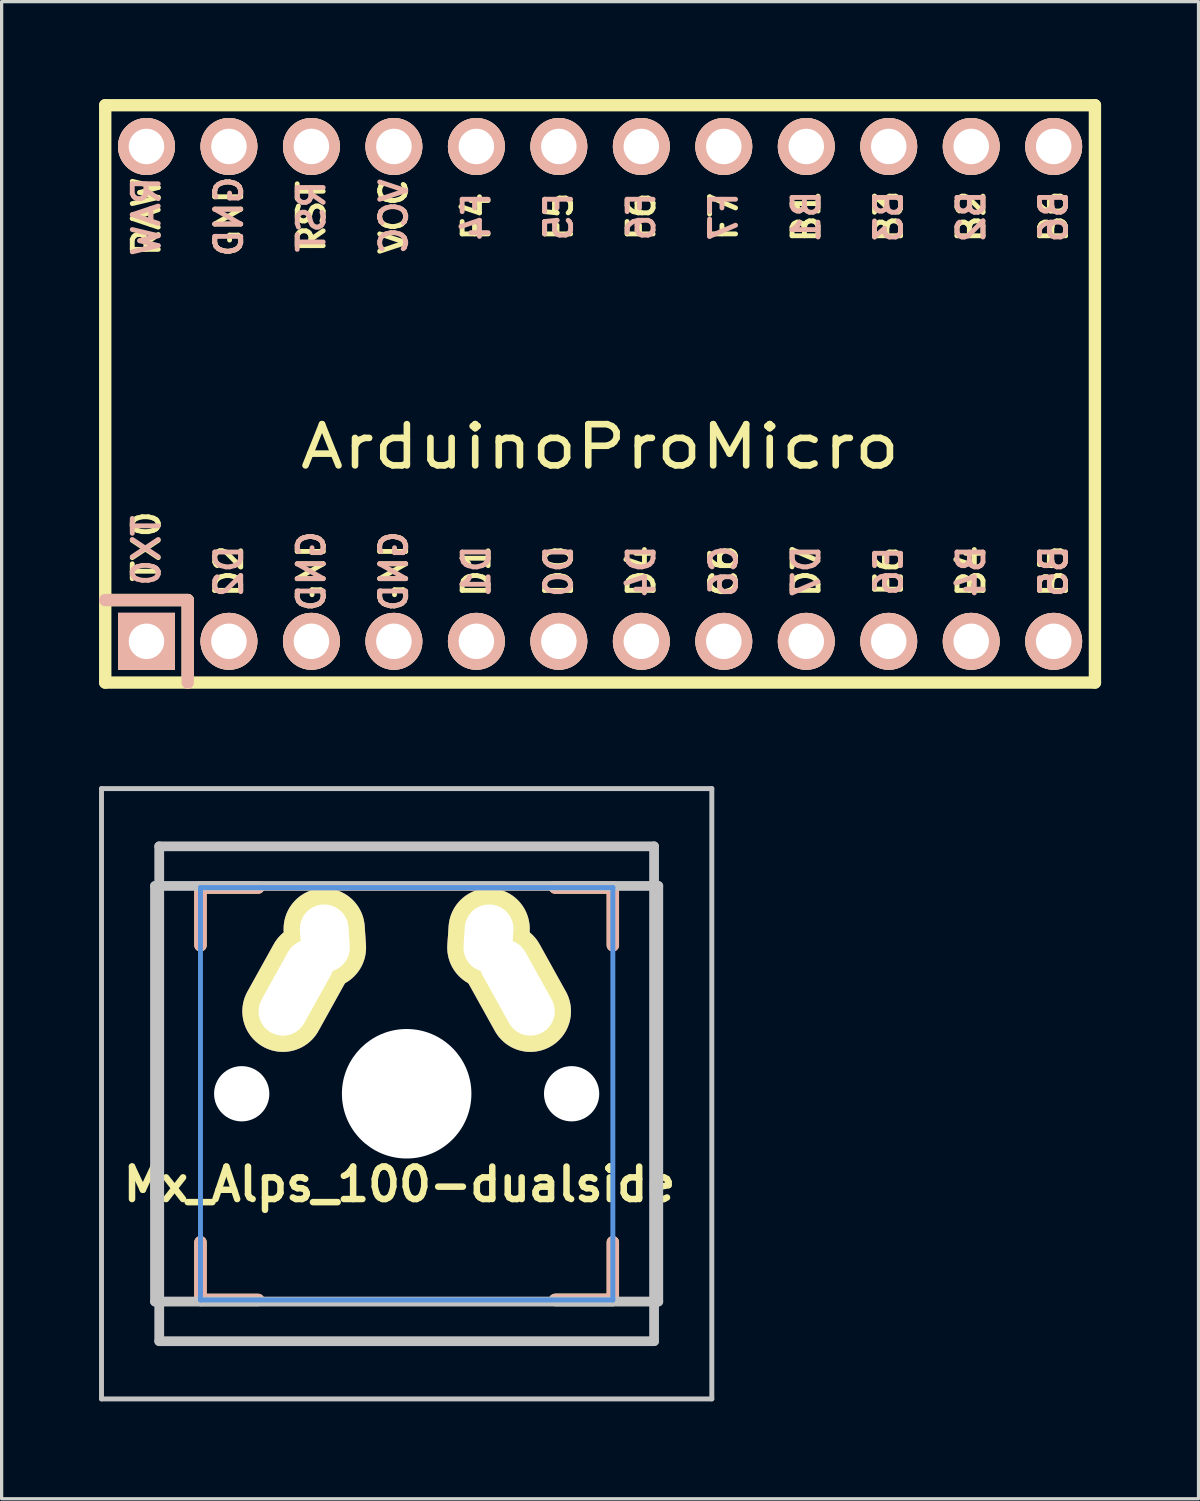
<source format=kicad_pcb>
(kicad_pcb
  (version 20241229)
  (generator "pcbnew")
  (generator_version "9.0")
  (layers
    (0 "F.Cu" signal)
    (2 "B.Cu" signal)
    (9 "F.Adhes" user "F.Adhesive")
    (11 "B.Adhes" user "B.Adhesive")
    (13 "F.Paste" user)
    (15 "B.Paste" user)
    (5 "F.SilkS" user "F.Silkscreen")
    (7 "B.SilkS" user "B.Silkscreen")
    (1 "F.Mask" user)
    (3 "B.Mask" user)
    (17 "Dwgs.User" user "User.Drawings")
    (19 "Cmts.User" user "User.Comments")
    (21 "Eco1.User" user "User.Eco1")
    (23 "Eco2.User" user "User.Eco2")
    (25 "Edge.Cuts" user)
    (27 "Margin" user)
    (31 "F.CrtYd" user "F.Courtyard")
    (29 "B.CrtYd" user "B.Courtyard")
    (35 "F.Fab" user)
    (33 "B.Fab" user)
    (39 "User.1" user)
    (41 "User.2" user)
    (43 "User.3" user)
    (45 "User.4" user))
  (footprint "ArduinoProMicro"
    (layer "F.Cu")
    (at 15.431 9.081)
    (property "Reference" "ArduinoProMicro" (at 0 1.625 0) (layer "F.SilkS") (effects (font (size 1.27 1.524) (thickness 0.203))))
    (attr through_hole)
    (fp_line (start -15.24 -8.89) (end -15.24 8.89) (stroke (width 0.381) (type solid)) (layer "F.SilkS"))
    (fp_line (start -15.24 6.35) (end -12.7 6.35) (stroke (width 0.381) (type solid)) (layer "F.SilkS"))
    (fp_line (start -15.24 8.89) (end 15.24 8.89) (stroke (width 0.381) (type solid)) (layer "F.SilkS"))
    (fp_line (start -12.7 6.35) (end -12.7 8.89) (stroke (width 0.381) (type solid)) (layer "F.SilkS"))
    (fp_line (start 15.24 -8.89) (end -15.24 -8.89) (stroke (width 0.381) (type solid)) (layer "F.SilkS"))
    (fp_line (start 15.24 8.89) (end 15.24 -8.89) (stroke (width 0.381) (type solid)) (layer "F.SilkS"))
    (fp_line (start -15.24 6.35) (end -12.7 6.35) (stroke (width 0.381) (type solid)) (layer "B.SilkS"))
    (fp_line (start -12.7 6.35) (end -12.7 8.89) (stroke (width 0.381) (type solid)) (layer "B.SilkS"))
    (fp_text user "GND" (at -11.43 -5.461 90) (layer "F.SilkS") (effects (font (size 0.8 0.8) (thickness 0.15))))
    (fp_text user "B4" (at 11.43 5.461 90) (layer "F.SilkS") (effects (font (size 0.8 0.8) (thickness 0.15))))
    (fp_text user "D2" (at -11.43 5.461 90) (layer "F.SilkS") (effects (font (size 0.8 0.8) (thickness 0.15))))
    (fp_text user "F7" (at 3.81 -5.461 90) (layer "F.SilkS") (effects (font (size 0.8 0.8) (thickness 0.15))))
    (fp_text user "D7" (at 6.35 5.461 90) (layer "F.SilkS") (effects (font (size 0.8 0.8) (thickness 0.15))))
    (fp_text user "VCC" (at -6.35 -5.461 90) (layer "F.SilkS") (effects (font (size 0.8 0.8) (thickness 0.15))))
    (fp_text user "TX0" (at -13.97 4.699 90) (layer "F.SilkS") (effects (font (size 0.8 0.8) (thickness 0.15))))
    (fp_text user "F6" (at 1.27 -5.461 90) (layer "F.SilkS") (effects (font (size 0.8 0.8) (thickness 0.15))))
    (fp_text user "B2" (at 11.43 -5.461 90) (layer "F.SilkS") (effects (font (size 0.8 0.8) (thickness 0.15))))
    (fp_text user "D1" (at -3.81 5.461 90) (layer "F.SilkS") (effects (font (size 0.8 0.8) (thickness 0.15))))
    (fp_text user "D4" (at 1.27 5.461 90) (layer "F.SilkS") (effects (font (size 0.8 0.8) (thickness 0.15))))
    (fp_text user "RAW" (at -13.97 -5.461 90) (layer "F.SilkS") (effects (font (size 0.8 0.8) (thickness 0.15))))
    (fp_text user "C6" (at 3.81 5.461 90) (layer "F.SilkS") (effects (font (size 0.8 0.8) (thickness 0.15))))
    (fp_text user "F4" (at -3.81 -5.461 90) (layer "F.SilkS") (effects (font (size 0.8 0.8) (thickness 0.15))))
    (fp_text user "B1" (at 6.35 -5.461 90) (layer "F.SilkS") (effects (font (size 0.8 0.8) (thickness 0.15))))
    (fp_text user "GND" (at -8.89 5.461 90) (layer "F.SilkS") (effects (font (size 0.8 0.8) (thickness 0.15))))
    (fp_text user "RST" (at -8.89 -5.461 90) (layer "F.SilkS") (effects (font (size 0.8 0.8) (thickness 0.15))))
    (fp_text user "F5" (at -1.27 -5.461 90) (layer "F.SilkS") (effects (font (size 0.8 0.8) (thickness 0.15))))
    (fp_text user "B5" (at 13.97 5.461 90) (layer "F.SilkS") (effects (font (size 0.8 0.8) (thickness 0.15))))
    (fp_text user "D0" (at -1.27 5.461 90) (layer "F.SilkS") (effects (font (size 0.8 0.8) (thickness 0.15))))
    (fp_text user "B3" (at 8.89 -5.461 90) (layer "F.SilkS") (effects (font (size 0.8 0.8) (thickness 0.15))))
    (fp_text user "B6" (at 13.97 -5.461 90) (layer "F.SilkS") (effects (font (size 0.8 0.8) (thickness 0.15))))
    (fp_text user "GND" (at -6.35 5.461 90) (layer "F.SilkS") (effects (font (size 0.8 0.8) (thickness 0.15))))
    (fp_text user "E6" (at 8.89 5.461 90) (layer "F.SilkS") (effects (font (size 0.8 0.8) (thickness 0.15))))
    (fp_text user "GND" (at -8.89 5.461 90) (layer "B.SilkS") (effects (font (size 0.8 0.8) (thickness 0.15)) (justify mirror)))
    (fp_text user "E6" (at 8.89 5.461 90) (layer "B.SilkS") (effects (font (size 0.8 0.8) (thickness 0.15)) (justify mirror)))
    (fp_text user "RST" (at -8.89 -5.461 90) (layer "B.SilkS") (effects (font (size 0.8 0.8) (thickness 0.15)) (justify mirror)))
    (fp_text user "F4" (at -3.81 -5.461 90) (layer "B.SilkS") (effects (font (size 0.8 0.8) (thickness 0.15)) (justify mirror)))
    (fp_text user "B5" (at 13.97 5.461 90) (layer "B.SilkS") (effects (font (size 0.8 0.8) (thickness 0.15)) (justify mirror)))
    (fp_text user "D1" (at -3.81 5.461 90) (layer "B.SilkS") (effects (font (size 0.8 0.8) (thickness 0.15)) (justify mirror)))
    (fp_text user "RAW" (at -13.97 -5.461 90) (layer "B.SilkS") (effects (font (size 0.8 0.8) (thickness 0.15)) (justify mirror)))
    (fp_text user "D2" (at -11.43 5.461 90) (layer "B.SilkS") (effects (font (size 0.8 0.8) (thickness 0.15)) (justify mirror)))
    (fp_text user "B3" (at 8.89 -5.461 90) (layer "B.SilkS") (effects (font (size 0.8 0.8) (thickness 0.15)) (justify mirror)))
    (fp_text user "GND" (at -6.35 5.461 90) (layer "B.SilkS") (effects (font (size 0.8 0.8) (thickness 0.15)) (justify mirror)))
    (fp_text user "B2" (at 11.43 -5.461 90) (layer "B.SilkS") (effects (font (size 0.8 0.8) (thickness 0.15)) (justify mirror)))
    (fp_text user "F7" (at 3.81 -5.461 90) (layer "B.SilkS") (effects (font (size 0.8 0.8) (thickness 0.15)) (justify mirror)))
    (fp_text user "GND" (at -11.43 -5.461 90) (layer "B.SilkS") (effects (font (size 0.8 0.8) (thickness 0.15)) (justify mirror)))
    (fp_text user "VCC" (at -6.35 -5.461 90) (layer "B.SilkS") (effects (font (size 0.8 0.8) (thickness 0.15)) (justify mirror)))
    (fp_text user "TX0" (at -13.97 4.826 90) (layer "B.SilkS") (effects (font (size 0.8 0.8) (thickness 0.15)) (justify mirror)))
    (fp_text user "D7" (at 6.35 5.461 90) (layer "B.SilkS") (effects (font (size 0.8 0.8) (thickness 0.15)) (justify mirror)))
    (fp_text user "D4" (at 1.27 5.461 90) (layer "B.SilkS") (effects (font (size 0.8 0.8) (thickness 0.15)) (justify mirror)))
    (fp_text user "C6" (at 3.81 5.461 90) (layer "B.SilkS") (effects (font (size 0.8 0.8) (thickness 0.15)) (justify mirror)))
    (fp_text user "B6" (at 13.97 -5.461 90) (layer "B.SilkS") (effects (font (size 0.8 0.8) (thickness 0.15)) (justify mirror)))
    (fp_text user "B1" (at 6.35 -5.461 90) (layer "B.SilkS") (effects (font (size 0.8 0.8) (thickness 0.15)) (justify mirror)))
    (fp_text user "F6" (at 1.27 -5.461 90) (layer "B.SilkS") (effects (font (size 0.8 0.8) (thickness 0.15)) (justify mirror)))
    (fp_text user "F5" (at -1.27 -5.461 90) (layer "B.SilkS") (effects (font (size 0.8 0.8) (thickness 0.15)) (justify mirror)))
    (fp_text user "B4" (at 11.43 5.461 90) (layer "B.SilkS") (effects (font (size 0.8 0.8) (thickness 0.15)) (justify mirror)))
    (fp_text user "D0" (at -1.27 5.461 90) (layer "B.SilkS") (effects (font (size 0.8 0.8) (thickness 0.15)) (justify mirror)))
    (pad "1" thru_hole rect (at -13.97 7.62) (size 1.753 1.753) (drill 1.092) (layers "*.Cu" "*.SilkS" "*.Mask"))
    (pad "2" thru_hole circle (at -11.43 7.62) (size 1.753 1.753) (drill 1.092) (layers "*.Cu" "*.SilkS" "*.Mask"))
    (pad "3" thru_hole circle (at -8.89 7.62) (size 1.753 1.753) (drill 1.092) (layers "*.Cu" "*.SilkS" "*.Mask"))
    (pad "4" thru_hole circle (at -6.35 7.62) (size 1.753 1.753) (drill 1.092) (layers "*.Cu" "*.SilkS" "*.Mask"))
    (pad "5" thru_hole circle (at -3.81 7.62) (size 1.753 1.753) (drill 1.092) (layers "*.Cu" "*.SilkS" "*.Mask"))
    (pad "6" thru_hole circle (at -1.27 7.62) (size 1.753 1.753) (drill 1.092) (layers "*.Cu" "*.SilkS" "*.Mask"))
    (pad "7" thru_hole circle (at 1.27 7.62) (size 1.753 1.753) (drill 1.092) (layers "*.Cu" "*.SilkS" "*.Mask"))
    (pad "8" thru_hole circle (at 3.81 7.62) (size 1.753 1.753) (drill 1.092) (layers "*.Cu" "*.SilkS" "*.Mask"))
    (pad "9" thru_hole circle (at 6.35 7.62) (size 1.753 1.753) (drill 1.092) (layers "*.Cu" "*.SilkS" "*.Mask"))
    (pad "10" thru_hole circle (at 8.89 7.62) (size 1.753 1.753) (drill 1.092) (layers "*.Cu" "*.SilkS" "*.Mask"))
    (pad "11" thru_hole circle (at 11.43 7.62) (size 1.753 1.753) (drill 1.092) (layers "*.Cu" "*.SilkS" "*.Mask"))
    (pad "12" thru_hole circle (at 13.97 7.62) (size 1.753 1.753) (drill 1.092) (layers "*.Cu" "*.SilkS" "*.Mask"))
    (pad "13" thru_hole circle (at 13.97 -7.62) (size 1.753 1.753) (drill 1.092) (layers "*.Cu" "*.SilkS" "*.Mask"))
    (pad "14" thru_hole circle (at 11.43 -7.62) (size 1.753 1.753) (drill 1.092) (layers "*.Cu" "*.SilkS" "*.Mask"))
    (pad "15" thru_hole circle (at 8.89 -7.62) (size 1.753 1.753) (drill 1.092) (layers "*.Cu" "*.SilkS" "*.Mask"))
    (pad "16" thru_hole circle (at 6.35 -7.62) (size 1.753 1.753) (drill 1.092) (layers "*.Cu" "*.SilkS" "*.Mask"))
    (pad "17" thru_hole circle (at 3.81 -7.62) (size 1.753 1.753) (drill 1.092) (layers "*.Cu" "*.SilkS" "*.Mask"))
    (pad "18" thru_hole circle (at 1.27 -7.62) (size 1.753 1.753) (drill 1.092) (layers "*.Cu" "*.SilkS" "*.Mask"))
    (pad "19" thru_hole circle (at -1.27 -7.62) (size 1.753 1.753) (drill 1.092) (layers "*.Cu" "*.SilkS" "*.Mask"))
    (pad "20" thru_hole circle (at -3.81 -7.62) (size 1.753 1.753) (drill 1.092) (layers "*.Cu" "*.SilkS" "*.Mask"))
    (pad "21" thru_hole circle (at -6.35 -7.62) (size 1.753 1.753) (drill 1.092) (layers "*.Cu" "*.SilkS" "*.Mask"))
    (pad "22" thru_hole circle (at -8.89 -7.62) (size 1.753 1.753) (drill 1.092) (layers "*.Cu" "*.SilkS" "*.Mask"))
    (pad "23" thru_hole circle (at -11.43 -7.62) (size 1.753 1.753) (drill 1.092) (layers "*.Cu" "*.SilkS" "*.Mask"))
    (pad "24" thru_hole circle (at -13.97 -7.62) (size 1.753 1.753) (drill 1.092) (layers "*.Cu" "*.SilkS" "*.Mask")))
  (footprint "Mx_Alps_100-dualside"
    (layer "F.Cu")
    (at 9.474 30.635)
    (property "Reference" "Mx_Alps_100-dualside" (at -0.22 2.79 0) (layer "F.SilkS") (effects (font (size 1 1) (thickness 0.2))))
    (attr through_hole)
    (fp_line (start -6.35 -6.35) (end -4.572 -6.35) (stroke (width 0.381) (type solid)) (layer "F.SilkS"))
    (fp_line (start -6.35 -4.572) (end -6.35 -6.35) (stroke (width 0.381) (type solid)) (layer "F.SilkS"))
    (fp_line (start -6.35 6.35) (end -6.35 4.572) (stroke (width 0.381) (type solid)) (layer "F.SilkS"))
    (fp_line (start -4.572 6.35) (end -6.35 6.35) (stroke (width 0.381) (type solid)) (layer "F.SilkS"))
    (fp_line (start 4.572 -6.35) (end 6.35 -6.35) (stroke (width 0.381) (type solid)) (layer "F.SilkS"))
    (fp_line (start 4.572 6.35) (end 6.35 6.35) (stroke (width 0.381) (type solid)) (layer "F.SilkS"))
    (fp_line (start 6.35 -6.35) (end 6.35 -4.572) (stroke (width 0.381) (type solid)) (layer "F.SilkS"))
    (fp_line (start 6.35 4.572) (end 6.35 6.35) (stroke (width 0.381) (type solid)) (layer "F.SilkS"))
    (fp_line (start 6.35 6.35) (end 4.572 6.35) (stroke (width 0.381) (type solid)) (layer "F.SilkS"))
    (fp_line (start -6.35 -6.35) (end -4.572 -6.35) (stroke (width 0.381) (type solid)) (layer "B.SilkS"))
    (fp_line (start -6.35 -4.572) (end -6.35 -6.35) (stroke (width 0.381) (type solid)) (layer "B.SilkS"))
    (fp_line (start -6.35 6.35) (end -6.35 4.572) (stroke (width 0.381) (type solid)) (layer "B.SilkS"))
    (fp_line (start -4.572 6.35) (end -6.35 6.35) (stroke (width 0.381) (type solid)) (layer "B.SilkS"))
    (fp_line (start 6.35 -6.35) (end 4.572 -6.35) (stroke (width 0.381) (type solid)) (layer "B.SilkS"))
    (fp_line (start 6.35 -4.572) (end 6.35 -6.35) (stroke (width 0.381) (type solid)) (layer "B.SilkS"))
    (fp_line (start 6.35 4.572) (end 6.35 6.35) (stroke (width 0.381) (type solid)) (layer "B.SilkS"))
    (fp_line (start 6.35 6.35) (end 4.572 6.35) (stroke (width 0.381) (type solid)) (layer "B.SilkS"))
    (fp_line (start -9.398 -9.398) (end 9.398 -9.398) (stroke (width 0.152) (type solid)) (layer "Dwgs.User"))
    (fp_line (start -9.398 9.398) (end -9.398 -9.398) (stroke (width 0.152) (type solid)) (layer "Dwgs.User"))
    (fp_line (start -7.75 6.4) (end -7.75 -6.4) (stroke (width 0.3) (type solid)) (layer "Dwgs.User"))
    (fp_line (start -7.75 6.4) (end 7.75 6.4) (stroke (width 0.3) (type solid)) (layer "Dwgs.User"))
    (fp_line (start -7.62 -7.62) (end 7.62 -7.62) (stroke (width 0.3) (type solid)) (layer "Dwgs.User"))
    (fp_line (start -7.62 7.62) (end -7.62 -7.62) (stroke (width 0.3) (type solid)) (layer "Dwgs.User"))
    (fp_line (start 7.62 -7.62) (end 7.62 7.62) (stroke (width 0.3) (type solid)) (layer "Dwgs.User"))
    (fp_line (start 7.62 7.62) (end -7.62 7.62) (stroke (width 0.3) (type solid)) (layer "Dwgs.User"))
    (fp_line (start 7.75 -6.4) (end -7.75 -6.4) (stroke (width 0.3) (type solid)) (layer "Dwgs.User"))
    (fp_line (start 7.75 6.4) (end 7.75 -6.4) (stroke (width 0.3) (type solid)) (layer "Dwgs.User"))
    (fp_line (start 9.398 -9.398) (end 9.398 9.398) (stroke (width 0.152) (type solid)) (layer "Dwgs.User"))
    (fp_line (start 9.398 9.398) (end -9.398 9.398) (stroke (width 0.152) (type solid)) (layer "Dwgs.User"))
    (fp_line (start -6.35 -6.35) (end 6.35 -6.35) (stroke (width 0.152) (type solid)) (layer "Cmts.User"))
    (fp_line (start -6.35 6.35) (end -6.35 -6.35) (stroke (width 0.152) (type solid)) (layer "Cmts.User"))
    (fp_line (start 6.35 6.35) (end -6.35 6.35) (stroke (width 0.152) (type solid)) (layer "Cmts.User"))
    (fp_line (start 6.35 6.35) (end 6.35 -6.35) (stroke (width 0.152) (type solid)) (layer "Cmts.User"))
    (fp_line (start -6.985 6.985) (end -6.985 -6.985) (stroke (width 0.152) (type solid)) (layer "Eco2.User"))
    (fp_line (start 6.985 -6.985) (end -6.985 -6.985) (stroke (width 0.152) (type solid)) (layer "Eco2.User"))
    (fp_line (start 6.985 -6.985) (end 6.985 6.985) (stroke (width 0.152) (type solid)) (layer "Eco2.User"))
    (fp_line (start 6.985 6.985) (end -6.985 6.985) (stroke (width 0.152) (type solid)) (layer "Eco2.User"))
    (fp_line (start 6.985 6.985) (end 6.985 -6.985) (stroke (width 0.152) (type solid)) (layer "Eco2.User"))
    (pad "" np_thru_hole circle (at -5.08 0) (size 1.702 1.702) (drill 1.702) (layers "*.Cu"))
    (pad "" np_thru_hole circle (at 0 0) (size 3.988 3.988) (drill 3.988) (layers "*.Cu"))
    (pad "" np_thru_hole circle (at 5.08 0) (size 1.702 1.702) (drill 1.702) (layers "*.Cu"))
    (pad "1" thru_hole oval (at -3.405 -3.27 330.95) (size 2.5 4.17) (drill oval 1.5 3.17) (layers "*.Cu" "*.Mask" "F.SilkS"))
    (pad "1" thru_hole oval (at -2.52 -4.79 3.9) (size 2.5 3.08) (drill oval 1.5 2.08) (layers "*.Cu" "*.Mask" "F.SilkS"))
    (pad "2" thru_hole oval (at 2.52 -4.79 356.1) (size 2.5 3.08) (drill oval 1.5 2.08) (layers "*.Cu" "*.Mask" "F.SilkS"))
    (pad "2" thru_hole oval (at 3.405 -3.27 29.05) (size 2.5 4.17) (drill oval 1.5 3.17) (layers "*.Cu" "*.Mask" "F.SilkS")))
  (gr_rect
    (start -3 -3)
    (end 33.861 43.109)
    (stroke (width 0.1) (type default))
    (fill no)
    (layer "Edge.Cuts")))
</source>
